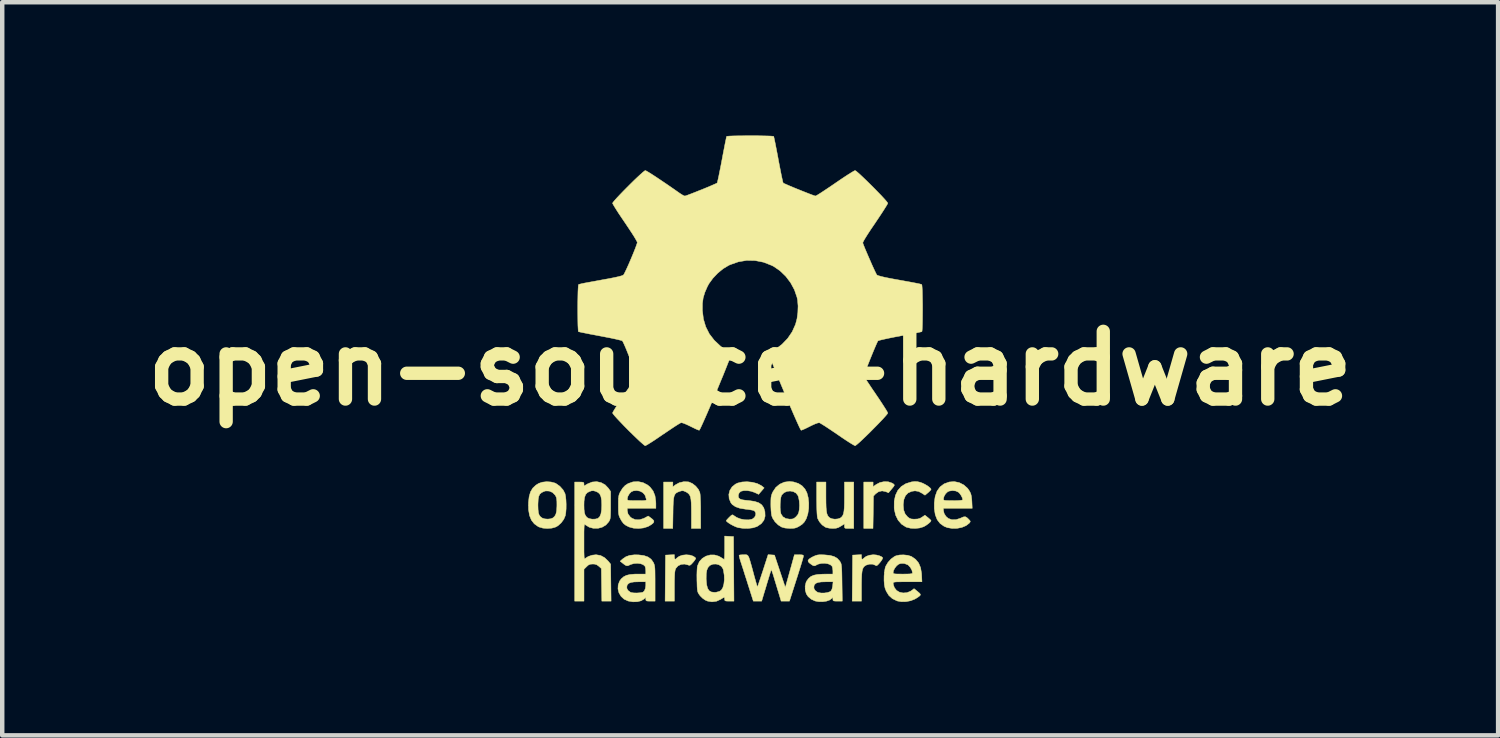
<source format=kicad_pcb>
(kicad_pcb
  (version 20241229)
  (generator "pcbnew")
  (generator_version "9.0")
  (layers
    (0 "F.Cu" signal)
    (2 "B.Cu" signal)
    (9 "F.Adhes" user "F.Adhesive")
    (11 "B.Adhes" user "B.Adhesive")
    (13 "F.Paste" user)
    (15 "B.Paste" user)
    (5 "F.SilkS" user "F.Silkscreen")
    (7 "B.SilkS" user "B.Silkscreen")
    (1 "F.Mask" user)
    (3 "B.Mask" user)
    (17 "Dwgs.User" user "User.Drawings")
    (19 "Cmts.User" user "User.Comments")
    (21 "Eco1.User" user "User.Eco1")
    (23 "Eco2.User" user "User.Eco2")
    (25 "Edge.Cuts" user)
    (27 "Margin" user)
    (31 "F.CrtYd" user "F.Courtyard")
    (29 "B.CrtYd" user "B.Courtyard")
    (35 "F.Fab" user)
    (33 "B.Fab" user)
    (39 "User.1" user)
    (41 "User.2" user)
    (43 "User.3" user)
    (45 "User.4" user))
  (footprint "open-source-hardware"
    (layer "F.Cu")
    (at 13.832 5.241)
    (property "Reference" "open-source-hardware" (at 0 0 0) (layer "F.SilkS") (effects (font (size 1.524 1.524) (thickness 0.3))))
    (attr through_hole)
    (fp_poly (pts (xy 3.11 2.552) (xy 3.195 2.581) (xy 3.225 2.6) (xy 3.241 2.616) (xy 3.244 2.632) (xy 3.229 2.658) (xy 3.195 2.7) (xy 3.185 2.712) (xy 3.113 2.799) (xy 3.052 2.773) (xy 2.97 2.756) (xy 2.892 2.773) (xy 2.824 2.821) (xy 2.775 2.873) (xy 2.77 3.237) (xy 2.764 3.601) (xy 2.557 3.601) (xy 2.557 2.557) (xy 2.766 2.557) (xy 2.766 2.662) (xy 2.836 2.612) (xy 2.92 2.568) (xy 3.015 2.548) (xy 3.11 2.552)) (stroke (width 0.01) (type solid)) (fill yes) (layer "F.SilkS"))
    (fp_poly (pts (xy -1.705 4.244) (xy -1.699 4.286) (xy -1.681 4.295) (xy -1.653 4.271) (xy -1.651 4.268) (xy -1.598 4.229) (xy -1.524 4.203) (xy -1.439 4.194) (xy -1.355 4.201) (xy -1.288 4.223) (xy -1.249 4.247) (xy -1.226 4.268) (xy -1.224 4.271) (xy -1.232 4.292) (xy -1.258 4.33) (xy -1.287 4.366) (xy -1.326 4.408) (xy -1.353 4.429) (xy -1.376 4.431) (xy -1.4 4.422) (xy -1.478 4.403) (xy -1.555 4.41) (xy -1.623 4.443) (xy -1.671 4.497) (xy -1.68 4.515) (xy -1.69 4.549) (xy -1.697 4.599) (xy -1.701 4.672) (xy -1.704 4.77) (xy -1.705 4.899) (xy -1.705 4.905) (xy -1.705 5.237) (xy -1.914 5.237) (xy -1.91 4.719) (xy -1.905 4.201) (xy -1.805 4.196) (xy -1.705 4.191) (xy -1.705 4.244)) (stroke (width 0.01) (type solid)) (fill yes) (layer "F.SilkS"))
    (fp_poly (pts (xy 2.505 4.244) (xy 2.511 4.286) (xy 2.529 4.295) (xy 2.558 4.271) (xy 2.56 4.268) (xy 2.61 4.23) (xy 2.683 4.204) (xy 2.767 4.193) (xy 2.775 4.193) (xy 2.842 4.199) (xy 2.908 4.216) (xy 2.959 4.239) (xy 2.983 4.261) (xy 2.978 4.283) (xy 2.955 4.322) (xy 2.922 4.366) (xy 2.881 4.412) (xy 2.855 4.435) (xy 2.836 4.439) (xy 2.815 4.429) (xy 2.812 4.427) (xy 2.755 4.405) (xy 2.684 4.405) (xy 2.613 4.426) (xy 2.607 4.429) (xy 2.575 4.449) (xy 2.55 4.476) (xy 2.532 4.513) (xy 2.519 4.566) (xy 2.511 4.639) (xy 2.507 4.735) (xy 2.505 4.861) (xy 2.505 4.905) (xy 2.505 5.237) (xy 2.296 5.237) (xy 2.301 4.719) (xy 2.305 4.201) (xy 2.405 4.196) (xy 2.505 4.191) (xy 2.505 4.244)) (stroke (width 0.01) (type solid)) (fill yes) (layer "F.SilkS"))
    (fp_poly (pts (xy -1.393 2.553) (xy -1.375 2.557) (xy -1.298 2.592) (xy -1.225 2.65) (xy -1.166 2.721) (xy -1.133 2.792) (xy -1.126 2.834) (xy -1.121 2.905) (xy -1.117 3) (xy -1.114 3.114) (xy -1.114 3.232) (xy -1.113 3.601) (xy -1.322 3.601) (xy -1.322 3.266) (xy -1.323 3.132) (xy -1.326 3.027) (xy -1.333 2.948) (xy -1.345 2.889) (xy -1.364 2.847) (xy -1.389 2.816) (xy -1.423 2.791) (xy -1.451 2.776) (xy -1.499 2.756) (xy -1.535 2.753) (xy -1.581 2.765) (xy -1.589 2.768) (xy -1.633 2.785) (xy -1.667 2.805) (xy -1.692 2.833) (xy -1.71 2.872) (xy -1.722 2.927) (xy -1.729 3.004) (xy -1.734 3.105) (xy -1.736 3.237) (xy -1.736 3.246) (xy -1.742 3.601) (xy -1.948 3.601) (xy -1.948 2.557) (xy -1.74 2.557) (xy -1.74 2.664) (xy -1.682 2.62) (xy -1.594 2.572) (xy -1.493 2.549) (xy -1.393 2.553)) (stroke (width 0.01) (type solid)) (fill yes) (layer "F.SilkS"))
    (fp_poly (pts (xy 1.705 2.889) (xy 1.706 3.023) (xy 1.709 3.127) (xy 1.716 3.206) (xy 1.726 3.264) (xy 1.742 3.307) (xy 1.763 3.338) (xy 1.791 3.362) (xy 1.794 3.364) (xy 1.839 3.383) (xy 1.9 3.392) (xy 1.914 3.392) (xy 1.975 3.386) (xy 2.025 3.369) (xy 2.033 3.364) (xy 2.062 3.34) (xy 2.084 3.309) (xy 2.1 3.268) (xy 2.111 3.211) (xy 2.118 3.134) (xy 2.121 3.032) (xy 2.122 2.9) (xy 2.122 2.889) (xy 2.122 2.557) (xy 2.331 2.557) (xy 2.331 3.601) (xy 2.227 3.601) (xy 2.169 3.601) (xy 2.138 3.596) (xy 2.125 3.583) (xy 2.122 3.558) (xy 2.122 3.549) (xy 2.122 3.498) (xy 2.041 3.549) (xy 1.984 3.581) (xy 1.93 3.597) (xy 1.863 3.601) (xy 1.854 3.601) (xy 1.78 3.595) (xy 1.715 3.581) (xy 1.692 3.572) (xy 1.62 3.522) (xy 1.558 3.451) (xy 1.518 3.374) (xy 1.515 3.362) (xy 1.509 3.325) (xy 1.504 3.26) (xy 1.5 3.172) (xy 1.498 3.068) (xy 1.496 2.954) (xy 1.496 2.927) (xy 1.496 2.557) (xy 1.705 2.557) (xy 1.705 2.889)) (stroke (width 0.01) (type solid)) (fill yes) (layer "F.SilkS"))
    (fp_poly (pts (xy 3.763 2.548) (xy 3.828 2.563) (xy 3.887 2.585) (xy 3.948 2.617) (xy 4.005 2.653) (xy 4.048 2.688) (xy 4.07 2.716) (xy 4.071 2.722) (xy 4.058 2.743) (xy 4.026 2.775) (xy 4.002 2.797) (xy 3.934 2.853) (xy 3.871 2.811) (xy 3.79 2.768) (xy 3.71 2.755) (xy 3.635 2.766) (xy 3.553 2.803) (xy 3.494 2.865) (xy 3.459 2.951) (xy 3.445 3.064) (xy 3.445 3.079) (xy 3.455 3.188) (xy 3.487 3.274) (xy 3.541 3.339) (xy 3.583 3.371) (xy 3.622 3.387) (xy 3.676 3.392) (xy 3.702 3.392) (xy 3.773 3.388) (xy 3.828 3.371) (xy 3.867 3.348) (xy 3.933 3.303) (xy 4.002 3.358) (xy 4.041 3.392) (xy 4.066 3.417) (xy 4.071 3.425) (xy 4.057 3.451) (xy 4.021 3.485) (xy 3.972 3.522) (xy 3.918 3.555) (xy 3.897 3.565) (xy 3.811 3.591) (xy 3.711 3.601) (xy 3.61 3.596) (xy 3.522 3.575) (xy 3.506 3.569) (xy 3.407 3.505) (xy 3.329 3.415) (xy 3.274 3.303) (xy 3.244 3.172) (xy 3.241 3.141) (xy 3.242 2.988) (xy 3.27 2.855) (xy 3.323 2.745) (xy 3.401 2.657) (xy 3.504 2.593) (xy 3.63 2.554) (xy 3.631 2.554) (xy 3.703 2.545) (xy 3.763 2.548)) (stroke (width 0.01) (type solid)) (fill yes) (layer "F.SilkS"))
    (fp_poly (pts (xy -4.481 2.556) (xy -4.394 2.579) (xy -4.375 2.587) (xy -4.283 2.652) (xy -4.209 2.735) (xy -4.167 2.816) (xy -4.154 2.877) (xy -4.145 2.962) (xy -4.141 3.059) (xy -4.142 3.158) (xy -4.149 3.248) (xy -4.16 3.314) (xy -4.195 3.396) (xy -4.253 3.475) (xy -4.325 3.54) (xy -4.374 3.568) (xy -4.462 3.594) (xy -4.563 3.602) (xy -4.665 3.594) (xy -4.753 3.568) (xy -4.768 3.561) (xy -4.857 3.498) (xy -4.923 3.414) (xy -4.966 3.308) (xy -4.988 3.177) (xy -4.989 3.076) (xy -4.776 3.076) (xy -4.773 3.177) (xy -4.765 3.249) (xy -4.748 3.3) (xy -4.721 3.337) (xy -4.681 3.366) (xy -4.676 3.369) (xy -4.622 3.386) (xy -4.554 3.391) (xy -4.489 3.384) (xy -4.44 3.365) (xy -4.399 3.328) (xy -4.372 3.278) (xy -4.356 3.209) (xy -4.35 3.116) (xy -4.349 3.074) (xy -4.35 2.993) (xy -4.355 2.937) (xy -4.364 2.898) (xy -4.381 2.864) (xy -4.389 2.851) (xy -4.447 2.792) (xy -4.521 2.76) (xy -4.6 2.757) (xy -4.637 2.767) (xy -4.693 2.794) (xy -4.732 2.828) (xy -4.757 2.877) (xy -4.77 2.945) (xy -4.775 3.04) (xy -4.776 3.076) (xy -4.989 3.076) (xy -4.989 3.019) (xy -4.989 3.018) (xy -4.974 2.885) (xy -4.943 2.778) (xy -4.893 2.694) (xy -4.822 2.627) (xy -4.758 2.587) (xy -4.677 2.56) (xy -4.58 2.549) (xy -4.481 2.556)) (stroke (width 0.01) (type solid)) (fill yes) (layer "F.SilkS"))
    (fp_poly (pts (xy 4.705 2.57) (xy 4.807 2.622) (xy 4.893 2.698) (xy 4.94 2.767) (xy 4.964 2.818) (xy 4.978 2.874) (xy 4.987 2.948) (xy 4.99 2.996) (xy 4.997 3.149) (xy 4.349 3.149) (xy 4.349 3.193) (xy 4.365 3.264) (xy 4.407 3.331) (xy 4.459 3.376) (xy 4.539 3.405) (xy 4.631 3.404) (xy 4.728 3.373) (xy 4.741 3.367) (xy 4.799 3.342) (xy 4.842 3.338) (xy 4.88 3.359) (xy 4.922 3.399) (xy 4.949 3.431) (xy 4.953 3.451) (xy 4.937 3.475) (xy 4.931 3.482) (xy 4.859 3.538) (xy 4.766 3.577) (xy 4.659 3.599) (xy 4.547 3.601) (xy 4.44 3.583) (xy 4.368 3.555) (xy 4.277 3.492) (xy 4.209 3.404) (xy 4.165 3.292) (xy 4.144 3.154) (xy 4.144 3.023) (xy 4.155 2.939) (xy 4.349 2.939) (xy 4.351 2.954) (xy 4.36 2.964) (xy 4.383 2.97) (xy 4.424 2.973) (xy 4.489 2.975) (xy 4.567 2.975) (xy 4.665 2.974) (xy 4.736 2.969) (xy 4.776 2.963) (xy 4.784 2.957) (xy 4.773 2.91) (xy 4.745 2.855) (xy 4.708 2.805) (xy 4.688 2.786) (xy 4.628 2.758) (xy 4.553 2.749) (xy 4.481 2.76) (xy 4.443 2.777) (xy 4.396 2.823) (xy 4.362 2.883) (xy 4.349 2.939) (xy 4.155 2.939) (xy 4.164 2.879) (xy 4.207 2.759) (xy 4.274 2.666) (xy 4.364 2.598) (xy 4.476 2.557) (xy 4.479 2.556) (xy 4.593 2.547) (xy 4.705 2.57)) (stroke (width 0.01) (type solid)) (fill yes) (layer "F.SilkS"))
    (fp_poly (pts (xy 0.979 2.555) (xy 1.085 2.589) (xy 1.168 2.642) (xy 1.233 2.714) (xy 1.277 2.798) (xy 1.305 2.905) (xy 1.319 3.025) (xy 1.317 3.149) (xy 1.299 3.269) (xy 1.266 3.373) (xy 1.257 3.392) (xy 1.217 3.459) (xy 1.169 3.508) (xy 1.114 3.545) (xy 1.057 3.576) (xy 1.008 3.593) (xy 0.953 3.6) (xy 0.897 3.601) (xy 0.785 3.592) (xy 0.705 3.569) (xy 0.629 3.52) (xy 0.559 3.451) (xy 0.507 3.372) (xy 0.486 3.32) (xy 0.477 3.27) (xy 0.47 3.197) (xy 0.467 3.131) (xy 0.675 3.131) (xy 0.68 3.207) (xy 0.691 3.265) (xy 0.693 3.273) (xy 0.735 3.337) (xy 0.801 3.378) (xy 0.887 3.392) (xy 0.891 3.392) (xy 0.949 3.389) (xy 0.99 3.373) (xy 1.031 3.339) (xy 1.035 3.335) (xy 1.072 3.291) (xy 1.093 3.243) (xy 1.105 3.178) (xy 1.111 3.082) (xy 1.105 2.985) (xy 1.089 2.901) (xy 1.075 2.861) (xy 1.033 2.806) (xy 0.971 2.772) (xy 0.899 2.759) (xy 0.826 2.767) (xy 0.76 2.798) (xy 0.709 2.85) (xy 0.707 2.854) (xy 0.692 2.898) (xy 0.682 2.966) (xy 0.676 3.047) (xy 0.675 3.131) (xy 0.467 3.131) (xy 0.466 3.112) (xy 0.465 3.058) (xy 0.466 2.972) (xy 0.469 2.909) (xy 0.478 2.862) (xy 0.492 2.818) (xy 0.513 2.774) (xy 0.578 2.677) (xy 0.666 2.605) (xy 0.769 2.559) (xy 0.883 2.544) (xy 0.979 2.555)) (stroke (width 0.01) (type solid)) (fill yes) (layer "F.SilkS"))
    (fp_poly (pts (xy -0.474 3.779) (xy -0.374 3.784) (xy -0.37 4.51) (xy -0.365 5.237) (xy -0.47 5.237) (xy -0.527 5.236) (xy -0.559 5.231) (xy -0.572 5.218) (xy -0.574 5.195) (xy -0.574 5.193) (xy -0.576 5.164) (xy -0.585 5.153) (xy -0.608 5.161) (xy -0.652 5.189) (xy -0.663 5.196) (xy -0.757 5.239) (xy -0.859 5.253) (xy -0.96 5.236) (xy -1.009 5.215) (xy -1.068 5.174) (xy -1.123 5.12) (xy -1.139 5.099) (xy -1.16 5.069) (xy -1.174 5.042) (xy -1.184 5.011) (xy -1.19 4.968) (xy -1.194 4.909) (xy -1.196 4.824) (xy -1.198 4.77) (xy -1.198 4.731) (xy -0.99 4.731) (xy -0.989 4.758) (xy -0.979 4.868) (xy -0.958 4.949) (xy -0.924 5.002) (xy -0.874 5.031) (xy -0.805 5.04) (xy -0.768 5.038) (xy -0.69 5.018) (xy -0.65 4.99) (xy -0.615 4.934) (xy -0.592 4.854) (xy -0.581 4.757) (xy -0.584 4.654) (xy -0.6 4.551) (xy -0.611 4.51) (xy -0.645 4.457) (xy -0.7 4.42) (xy -0.768 4.402) (xy -0.839 4.405) (xy -0.902 4.431) (xy -0.91 4.437) (xy -0.949 4.48) (xy -0.975 4.54) (xy -0.988 4.622) (xy -0.99 4.731) (xy -1.198 4.731) (xy -1.199 4.651) (xy -1.196 4.551) (xy -1.191 4.476) (xy -1.184 4.44) (xy -1.143 4.348) (xy -1.078 4.276) (xy -0.995 4.225) (xy -0.901 4.198) (xy -0.803 4.198) (xy -0.706 4.226) (xy -0.662 4.251) (xy -0.619 4.278) (xy -0.59 4.295) (xy -0.583 4.297) (xy -0.58 4.281) (xy -0.577 4.236) (xy -0.575 4.168) (xy -0.574 4.083) (xy -0.574 4.035) (xy -0.574 3.773) (xy -0.474 3.779)) (stroke (width 0.01) (type solid)) (fill yes) (layer "F.SilkS"))
    (fp_poly (pts (xy 0.047 2.562) (xy 0.156 2.59) (xy 0.245 2.634) (xy 0.266 2.649) (xy 0.315 2.688) (xy 0.253 2.761) (xy 0.19 2.834) (xy 0.1 2.791) (xy 0.021 2.764) (xy -0.063 2.75) (xy -0.142 2.75) (xy -0.204 2.764) (xy -0.211 2.767) (xy -0.248 2.802) (xy -0.267 2.851) (xy -0.264 2.899) (xy -0.261 2.904) (xy -0.245 2.927) (xy -0.22 2.943) (xy -0.18 2.956) (xy -0.119 2.965) (xy -0.03 2.974) (xy -0.022 2.975) (xy 0.1 2.993) (xy 0.193 3.024) (xy 0.26 3.07) (xy 0.305 3.135) (xy 0.331 3.22) (xy 0.332 3.221) (xy 0.336 3.325) (xy 0.309 3.417) (xy 0.25 3.493) (xy 0.161 3.554) (xy 0.149 3.56) (xy 0.06 3.588) (xy -0.049 3.601) (xy -0.162 3.599) (xy -0.269 3.583) (xy -0.32 3.566) (xy -0.375 3.541) (xy -0.434 3.51) (xy -0.486 3.477) (xy -0.524 3.448) (xy -0.539 3.429) (xy -0.539 3.428) (xy -0.528 3.411) (xy -0.498 3.378) (xy -0.47 3.349) (xy -0.43 3.312) (xy -0.405 3.295) (xy -0.386 3.298) (xy -0.37 3.31) (xy -0.301 3.355) (xy -0.215 3.388) (xy -0.122 3.406) (xy -0.032 3.408) (xy 0.042 3.392) (xy 0.052 3.388) (xy 0.098 3.351) (xy 0.123 3.303) (xy 0.126 3.254) (xy 0.103 3.213) (xy 0.086 3.201) (xy 0.055 3.191) (xy -0.001 3.181) (xy -0.071 3.171) (xy -0.102 3.168) (xy -0.231 3.147) (xy -0.329 3.113) (xy -0.4 3.066) (xy -0.434 3.024) (xy -0.473 2.931) (xy -0.48 2.835) (xy -0.457 2.745) (xy -0.407 2.666) (xy -0.331 2.604) (xy -0.282 2.58) (xy -0.182 2.556) (xy -0.069 2.55) (xy 0.047 2.562)) (stroke (width 0.01) (type solid)) (fill yes) (layer "F.SilkS"))
    (fp_poly (pts (xy -2.409 2.571) (xy -2.306 2.625) (xy -2.253 2.67) (xy -2.185 2.758) (xy -2.142 2.865) (xy -2.124 2.993) (xy -2.122 3.039) (xy -2.122 3.149) (xy -2.766 3.149) (xy -2.766 3.197) (xy -2.749 3.275) (xy -2.699 3.342) (xy -2.663 3.37) (xy -2.583 3.404) (xy -2.493 3.406) (xy -2.396 3.376) (xy -2.376 3.366) (xy -2.294 3.322) (xy -2.246 3.357) (xy -2.193 3.398) (xy -2.168 3.429) (xy -2.168 3.457) (xy -2.185 3.482) (xy -2.22 3.511) (xy -2.272 3.543) (xy -2.305 3.56) (xy -2.402 3.59) (xy -2.512 3.602) (xy -2.624 3.595) (xy -2.721 3.569) (xy -2.731 3.565) (xy -2.801 3.529) (xy -2.851 3.489) (xy -2.892 3.434) (xy -2.92 3.384) (xy -2.94 3.345) (xy -2.953 3.308) (xy -2.961 3.267) (xy -2.965 3.212) (xy -2.966 3.135) (xy -2.966 3.079) (xy -2.966 2.985) (xy -2.964 2.939) (xy -2.766 2.939) (xy -2.764 2.954) (xy -2.755 2.964) (xy -2.733 2.97) (xy -2.692 2.973) (xy -2.627 2.975) (xy -2.548 2.975) (xy -2.457 2.975) (xy -2.396 2.974) (xy -2.359 2.97) (xy -2.341 2.964) (xy -2.336 2.954) (xy -2.339 2.938) (xy -2.34 2.936) (xy -2.353 2.891) (xy -2.36 2.867) (xy -2.378 2.837) (xy -2.412 2.8) (xy -2.42 2.793) (xy -2.481 2.761) (xy -2.554 2.748) (xy -2.626 2.755) (xy -2.675 2.776) (xy -2.718 2.82) (xy -2.752 2.879) (xy -2.766 2.936) (xy -2.766 2.939) (xy -2.964 2.939) (xy -2.963 2.918) (xy -2.957 2.87) (xy -2.947 2.832) (xy -2.931 2.796) (xy -2.925 2.784) (xy -2.871 2.696) (xy -2.813 2.634) (xy -2.748 2.592) (xy -2.637 2.553) (xy -2.521 2.547) (xy -2.409 2.571)) (stroke (width 0.01) (type solid)) (fill yes) (layer "F.SilkS"))
    (fp_poly (pts (xy -2.513 4.196) (xy -2.393 4.211) (xy -2.3 4.243) (xy -2.23 4.293) (xy -2.18 4.364) (xy -2.179 4.366) (xy -2.166 4.393) (xy -2.157 4.42) (xy -2.15 4.452) (xy -2.145 4.494) (xy -2.142 4.552) (xy -2.141 4.631) (xy -2.14 4.735) (xy -2.14 4.84) (xy -2.14 5.237) (xy -2.244 5.237) (xy -2.302 5.236) (xy -2.333 5.231) (xy -2.346 5.218) (xy -2.349 5.195) (xy -2.349 5.194) (xy -2.349 5.151) (xy -2.392 5.192) (xy -2.455 5.229) (xy -2.54 5.25) (xy -2.637 5.253) (xy -2.738 5.236) (xy -2.748 5.234) (xy -2.838 5.192) (xy -2.906 5.129) (xy -2.953 5.05) (xy -2.975 4.962) (xy -2.974 4.947) (xy -2.776 4.947) (xy -2.749 4.997) (xy -2.698 5.035) (xy -2.675 5.044) (xy -2.622 5.052) (xy -2.552 5.054) (xy -2.48 5.049) (xy -2.423 5.039) (xy -2.413 5.036) (xy -2.382 5.007) (xy -2.359 4.953) (xy -2.349 4.884) (xy -2.349 4.87) (xy -2.349 4.802) (xy -2.51 4.802) (xy -2.611 4.805) (xy -2.683 4.816) (xy -2.732 4.836) (xy -2.762 4.868) (xy -2.773 4.892) (xy -2.776 4.947) (xy -2.974 4.947) (xy -2.97 4.872) (xy -2.938 4.786) (xy -2.9 4.734) (xy -2.848 4.689) (xy -2.785 4.657) (xy -2.705 4.638) (xy -2.601 4.629) (xy -2.536 4.628) (xy -2.349 4.628) (xy -2.349 4.557) (xy -2.353 4.503) (xy -2.363 4.461) (xy -2.366 4.454) (xy -2.403 4.419) (xy -2.463 4.395) (xy -2.538 4.386) (xy -2.616 4.391) (xy -2.69 4.412) (xy -2.705 4.419) (xy -2.742 4.437) (xy -2.771 4.442) (xy -2.799 4.434) (xy -2.838 4.408) (xy -2.885 4.371) (xy -2.926 4.338) (xy -2.864 4.284) (xy -2.793 4.236) (xy -2.709 4.207) (xy -2.604 4.195) (xy -2.513 4.196)) (stroke (width 0.01) (type solid)) (fill yes) (layer "F.SilkS"))
    (fp_poly (pts (xy 3.547 4.206) (xy 3.624 4.23) (xy 3.631 4.233) (xy 3.723 4.297) (xy 3.791 4.379) (xy 3.835 4.484) (xy 3.857 4.613) (xy 3.859 4.649) (xy 3.866 4.802) (xy 3.542 4.802) (xy 3.429 4.802) (xy 3.345 4.803) (xy 3.288 4.804) (xy 3.251 4.808) (xy 3.23 4.814) (xy 3.221 4.822) (xy 3.219 4.834) (xy 3.218 4.838) (xy 3.226 4.878) (xy 3.244 4.928) (xy 3.247 4.935) (xy 3.294 4.996) (xy 3.361 5.036) (xy 3.441 5.053) (xy 3.526 5.047) (xy 3.608 5.015) (xy 3.642 4.992) (xy 3.688 4.956) (xy 3.767 5.02) (xy 3.81 5.057) (xy 3.83 5.081) (xy 3.83 5.099) (xy 3.819 5.115) (xy 3.789 5.139) (xy 3.74 5.171) (xy 3.702 5.193) (xy 3.612 5.228) (xy 3.508 5.248) (xy 3.404 5.25) (xy 3.313 5.234) (xy 3.301 5.23) (xy 3.198 5.179) (xy 3.12 5.108) (xy 3.062 5.013) (xy 3.035 4.944) (xy 3.02 4.869) (xy 3.013 4.774) (xy 3.014 4.67) (xy 3.021 4.587) (xy 3.218 4.587) (xy 3.22 4.604) (xy 3.226 4.615) (xy 3.245 4.622) (xy 3.28 4.626) (xy 3.338 4.627) (xy 3.425 4.628) (xy 3.436 4.628) (xy 3.528 4.627) (xy 3.59 4.625) (xy 3.628 4.62) (xy 3.648 4.613) (xy 3.653 4.602) (xy 3.653 4.601) (xy 3.64 4.541) (xy 3.605 4.478) (xy 3.559 4.428) (xy 3.546 4.419) (xy 3.467 4.389) (xy 3.386 4.39) (xy 3.341 4.406) (xy 3.296 4.442) (xy 3.255 4.494) (xy 3.226 4.55) (xy 3.218 4.587) (xy 3.021 4.587) (xy 3.023 4.571) (xy 3.039 4.486) (xy 3.052 4.449) (xy 3.102 4.365) (xy 3.17 4.289) (xy 3.247 4.233) (xy 3.281 4.217) (xy 3.36 4.199) (xy 3.454 4.196) (xy 3.547 4.206)) (stroke (width 0.01) (type solid)) (fill yes) (layer "F.SilkS"))
    (fp_poly (pts (xy 0.548 4.201) (xy 0.791 4.929) (xy 0.82 4.826) (xy 0.835 4.773) (xy 0.857 4.694) (xy 0.883 4.6) (xy 0.911 4.5) (xy 0.923 4.458) (xy 0.996 4.193) (xy 1.098 4.193) (xy 1.157 4.195) (xy 1.189 4.201) (xy 1.2 4.215) (xy 1.2 4.221) (xy 1.195 4.245) (xy 1.181 4.297) (xy 1.159 4.372) (xy 1.13 4.466) (xy 1.096 4.574) (xy 1.069 4.66) (xy 1.031 4.779) (xy 0.995 4.891) (xy 0.963 4.991) (xy 0.937 5.073) (xy 0.918 5.131) (xy 0.911 5.154) (xy 0.884 5.237) (xy 0.697 5.237) (xy 0.646 5.067) (xy 0.617 4.973) (xy 0.584 4.863) (xy 0.551 4.756) (xy 0.538 4.71) (xy 0.515 4.636) (xy 0.495 4.577) (xy 0.482 4.54) (xy 0.476 4.529) (xy 0.469 4.547) (xy 0.454 4.591) (xy 0.434 4.656) (xy 0.41 4.735) (xy 0.408 4.742) (xy 0.378 4.84) (xy 0.348 4.942) (xy 0.319 5.036) (xy 0.302 5.093) (xy 0.259 5.237) (xy 0.071 5.237) (xy -0.044 4.876) (xy -0.081 4.758) (xy -0.119 4.641) (xy -0.153 4.532) (xy -0.183 4.44) (xy -0.205 4.372) (xy -0.208 4.364) (xy -0.229 4.296) (xy -0.243 4.242) (xy -0.249 4.209) (xy -0.248 4.203) (xy -0.226 4.197) (xy -0.181 4.194) (xy -0.145 4.193) (xy -0.111 4.192) (xy -0.085 4.194) (xy -0.065 4.201) (xy -0.047 4.219) (xy -0.03 4.25) (xy -0.013 4.298) (xy 0.008 4.369) (xy 0.035 4.464) (xy 0.069 4.59) (xy 0.069 4.591) (xy 0.096 4.691) (xy 0.121 4.779) (xy 0.141 4.849) (xy 0.155 4.897) (xy 0.162 4.917) (xy 0.162 4.917) (xy 0.169 4.903) (xy 0.184 4.861) (xy 0.207 4.794) (xy 0.236 4.708) (xy 0.269 4.608) (xy 0.286 4.557) (xy 0.404 4.191) (xy 0.548 4.201)) (stroke (width 0.01) (type solid)) (fill yes) (layer "F.SilkS"))
    (fp_poly (pts (xy 1.675 4.196) (xy 1.795 4.208) (xy 1.887 4.233) (xy 1.957 4.272) (xy 2.01 4.329) (xy 2.021 4.344) (xy 2.034 4.367) (xy 2.044 4.389) (xy 2.051 4.417) (xy 2.056 4.456) (xy 2.06 4.509) (xy 2.063 4.582) (xy 2.065 4.68) (xy 2.067 4.807) (xy 2.067 4.823) (xy 2.073 5.237) (xy 1.967 5.237) (xy 1.909 5.236) (xy 1.877 5.231) (xy 1.864 5.219) (xy 1.862 5.195) (xy 1.862 5.19) (xy 1.86 5.159) (xy 1.851 5.159) (xy 1.84 5.172) (xy 1.791 5.211) (xy 1.719 5.237) (xy 1.631 5.25) (xy 1.538 5.248) (xy 1.461 5.234) (xy 1.375 5.194) (xy 1.304 5.134) (xy 1.264 5.074) (xy 1.24 4.991) (xy 1.239 4.947) (xy 1.434 4.947) (xy 1.461 4.997) (xy 1.512 5.035) (xy 1.535 5.044) (xy 1.599 5.055) (xy 1.671 5.054) (xy 1.741 5.044) (xy 1.796 5.025) (xy 1.816 5.011) (xy 1.841 4.968) (xy 1.856 4.901) (xy 1.857 4.89) (xy 1.866 4.802) (xy 1.703 4.802) (xy 1.601 4.805) (xy 1.529 4.816) (xy 1.48 4.835) (xy 1.449 4.866) (xy 1.437 4.892) (xy 1.434 4.947) (xy 1.239 4.947) (xy 1.237 4.9) (xy 1.257 4.816) (xy 1.272 4.784) (xy 1.316 4.725) (xy 1.367 4.682) (xy 1.432 4.654) (xy 1.516 4.637) (xy 1.627 4.63) (xy 1.674 4.629) (xy 1.862 4.628) (xy 1.862 4.557) (xy 1.857 4.503) (xy 1.847 4.461) (xy 1.844 4.454) (xy 1.808 4.42) (xy 1.749 4.396) (xy 1.676 4.385) (xy 1.599 4.388) (xy 1.53 4.405) (xy 1.499 4.419) (xy 1.465 4.439) (xy 1.437 4.443) (xy 1.407 4.432) (xy 1.362 4.401) (xy 1.344 4.388) (xy 1.309 4.354) (xy 1.302 4.323) (xy 1.325 4.291) (xy 1.379 4.255) (xy 1.418 4.235) (xy 1.467 4.213) (xy 1.509 4.2) (xy 1.556 4.194) (xy 1.618 4.194) (xy 1.675 4.196)) (stroke (width 0.01) (type solid)) (fill yes) (layer "F.SilkS"))
    (fp_poly (pts (xy -3.354 2.57) (xy -3.263 2.62) (xy -3.192 2.695) (xy -3.14 2.769) (xy -3.14 3.076) (xy -3.14 3.188) (xy -3.142 3.27) (xy -3.144 3.329) (xy -3.149 3.371) (xy -3.157 3.402) (xy -3.168 3.427) (xy -3.181 3.449) (xy -3.246 3.523) (xy -3.33 3.573) (xy -3.426 3.599) (xy -3.526 3.599) (xy -3.622 3.573) (xy -3.708 3.52) (xy -3.71 3.518) (xy -3.72 3.511) (xy -3.727 3.513) (xy -3.732 3.526) (xy -3.736 3.555) (xy -3.738 3.604) (xy -3.74 3.676) (xy -3.74 3.775) (xy -3.74 3.897) (xy -3.74 4.026) (xy -3.74 4.123) (xy -3.738 4.194) (xy -3.736 4.241) (xy -3.732 4.269) (xy -3.727 4.281) (xy -3.719 4.282) (xy -3.709 4.275) (xy -3.709 4.274) (xy -3.643 4.232) (xy -3.557 4.203) (xy -3.467 4.193) (xy -3.367 4.21) (xy -3.274 4.26) (xy -3.194 4.338) (xy -3.14 4.405) (xy -3.135 4.821) (xy -3.13 5.237) (xy -3.338 5.237) (xy -3.344 4.87) (xy -3.349 4.503) (xy -3.406 4.452) (xy -3.455 4.417) (xy -3.507 4.403) (xy -3.542 4.402) (xy -3.598 4.406) (xy -3.64 4.424) (xy -3.681 4.461) (xy -3.74 4.52) (xy -3.74 5.237) (xy -3.949 5.237) (xy -3.949 3.074) (xy -3.74 3.074) (xy -3.738 3.172) (xy -3.73 3.242) (xy -3.715 3.294) (xy -3.69 3.333) (xy -3.669 3.356) (xy -3.623 3.38) (xy -3.558 3.392) (xy -3.489 3.391) (xy -3.431 3.377) (xy -3.425 3.374) (xy -3.386 3.337) (xy -3.359 3.274) (xy -3.344 3.182) (xy -3.34 3.076) (xy -3.344 2.967) (xy -3.358 2.887) (xy -3.383 2.83) (xy -3.422 2.792) (xy -3.473 2.767) (xy -3.525 2.753) (xy -3.566 2.754) (xy -3.612 2.768) (xy -3.666 2.796) (xy -3.703 2.839) (xy -3.726 2.901) (xy -3.738 2.987) (xy -3.74 3.074) (xy -3.949 3.074) (xy -3.949 2.557) (xy -3.845 2.557) (xy -3.787 2.558) (xy -3.756 2.563) (xy -3.743 2.576) (xy -3.74 2.599) (xy -3.74 2.602) (xy -3.74 2.646) (xy -3.658 2.598) (xy -3.557 2.557) (xy -3.454 2.548) (xy -3.354 2.57)) (stroke (width 0.01) (type solid)) (fill yes) (layer "F.SilkS"))
    (fp_poly (pts (xy 0.159 -5.236) (xy 0.268 -5.234) (xy 0.365 -5.232) (xy 0.444 -5.23) (xy 0.5 -5.226) (xy 0.528 -5.222) (xy 0.53 -5.221) (xy 0.535 -5.2) (xy 0.546 -5.15) (xy 0.562 -5.074) (xy 0.581 -4.977) (xy 0.603 -4.864) (xy 0.627 -4.738) (xy 0.634 -4.696) (xy 0.659 -4.567) (xy 0.682 -4.45) (xy 0.702 -4.347) (xy 0.72 -4.265) (xy 0.733 -4.206) (xy 0.742 -4.177) (xy 0.743 -4.174) (xy 0.764 -4.162) (xy 0.812 -4.141) (xy 0.88 -4.111) (xy 0.963 -4.076) (xy 1.056 -4.038) (xy 1.151 -4) (xy 1.244 -3.963) (xy 1.328 -3.93) (xy 1.397 -3.904) (xy 1.447 -3.886) (xy 1.47 -3.88) (xy 1.49 -3.889) (xy 1.536 -3.916) (xy 1.602 -3.958) (xy 1.685 -4.013) (xy 1.781 -4.077) (xy 1.887 -4.149) (xy 1.913 -4.167) (xy 2.02 -4.24) (xy 2.12 -4.307) (xy 2.207 -4.364) (xy 2.279 -4.409) (xy 2.33 -4.439) (xy 2.358 -4.453) (xy 2.361 -4.454) (xy 2.382 -4.442) (xy 2.423 -4.408) (xy 2.48 -4.357) (xy 2.549 -4.292) (xy 2.627 -4.217) (xy 2.709 -4.136) (xy 2.793 -4.052) (xy 2.873 -3.97) (xy 2.947 -3.894) (xy 3.01 -3.826) (xy 3.058 -3.772) (xy 3.088 -3.734) (xy 3.097 -3.718) (xy 3.087 -3.696) (xy 3.06 -3.65) (xy 3.018 -3.583) (xy 2.964 -3.499) (xy 2.9 -3.402) (xy 2.828 -3.295) (xy 2.811 -3.269) (xy 2.714 -3.127) (xy 2.639 -3.012) (xy 2.584 -2.924) (xy 2.549 -2.863) (xy 2.535 -2.829) (xy 2.535 -2.822) (xy 2.554 -2.771) (xy 2.582 -2.701) (xy 2.618 -2.616) (xy 2.658 -2.523) (xy 2.7 -2.427) (xy 2.741 -2.333) (xy 2.779 -2.249) (xy 2.812 -2.179) (xy 2.837 -2.128) (xy 2.851 -2.104) (xy 2.851 -2.103) (xy 2.881 -2.089) (xy 2.943 -2.071) (xy 3.035 -2.049) (xy 3.155 -2.025) (xy 3.192 -2.018) (xy 3.308 -1.997) (xy 3.425 -1.976) (xy 3.535 -1.956) (xy 3.628 -1.939) (xy 3.674 -1.93) (xy 3.748 -1.916) (xy 3.81 -1.903) (xy 3.85 -1.892) (xy 3.861 -1.888) (xy 3.866 -1.868) (xy 3.87 -1.819) (xy 3.874 -1.746) (xy 3.876 -1.653) (xy 3.878 -1.547) (xy 3.88 -1.432) (xy 3.88 -1.313) (xy 3.879 -1.197) (xy 3.878 -1.088) (xy 3.876 -0.992) (xy 3.873 -0.913) (xy 3.87 -0.857) (xy 3.865 -0.829) (xy 3.864 -0.827) (xy 3.843 -0.822) (xy 3.793 -0.811) (xy 3.717 -0.795) (xy 3.621 -0.776) (xy 3.509 -0.755) (xy 3.385 -0.732) (xy 3.372 -0.729) (xy 3.247 -0.706) (xy 3.133 -0.683) (xy 3.035 -0.662) (xy 2.956 -0.644) (xy 2.902 -0.63) (xy 2.877 -0.621) (xy 2.876 -0.621) (xy 2.865 -0.6) (xy 2.843 -0.552) (xy 2.813 -0.483) (xy 2.777 -0.398) (xy 2.738 -0.303) (xy 2.698 -0.204) (xy 2.659 -0.106) (xy 2.623 -0.015) (xy 2.593 0.063) (xy 2.571 0.123) (xy 2.559 0.16) (xy 2.557 0.167) (xy 2.567 0.186) (xy 2.594 0.23) (xy 2.635 0.294) (xy 2.689 0.375) (xy 2.752 0.47) (xy 2.823 0.573) (xy 2.827 0.58) (xy 2.898 0.684) (xy 2.962 0.781) (xy 3.016 0.865) (xy 3.059 0.933) (xy 3.086 0.98) (xy 3.097 1.004) (xy 3.097 1.004) (xy 3.085 1.025) (xy 3.051 1.066) (xy 3 1.123) (xy 2.935 1.192) (xy 2.86 1.27) (xy 2.779 1.352) (xy 2.696 1.436) (xy 2.614 1.516) (xy 2.537 1.59) (xy 2.47 1.653) (xy 2.415 1.701) (xy 2.377 1.731) (xy 2.362 1.74) (xy 2.34 1.73) (xy 2.293 1.703) (xy 2.227 1.662) (xy 2.144 1.608) (xy 2.05 1.545) (xy 1.962 1.484) (xy 1.86 1.415) (xy 1.766 1.352) (xy 1.684 1.298) (xy 1.618 1.257) (xy 1.573 1.23) (xy 1.554 1.222) (xy 1.522 1.227) (xy 1.465 1.247) (xy 1.391 1.28) (xy 1.345 1.303) (xy 1.273 1.339) (xy 1.211 1.368) (xy 1.166 1.386) (xy 1.147 1.392) (xy 1.136 1.376) (xy 1.113 1.332) (xy 1.081 1.263) (xy 1.04 1.172) (xy 0.992 1.064) (xy 0.939 0.941) (xy 0.882 0.808) (xy 0.822 0.668) (xy 0.762 0.524) (xy 0.702 0.381) (xy 0.645 0.242) (xy 0.591 0.11) (xy 0.542 -0.011) (xy 0.5 -0.117) (xy 0.467 -0.204) (xy 0.443 -0.27) (xy 0.43 -0.31) (xy 0.429 -0.32) (xy 0.446 -0.338) (xy 0.485 -0.369) (xy 0.538 -0.407) (xy 0.553 -0.418) (xy 0.715 -0.541) (xy 0.845 -0.676) (xy 0.946 -0.825) (xy 1.02 -0.99) (xy 1.021 -0.992) (xy 1.054 -1.118) (xy 1.073 -1.259) (xy 1.078 -1.404) (xy 1.067 -1.538) (xy 1.054 -1.601) (xy 0.996 -1.77) (xy 0.91 -1.929) (xy 0.8 -2.074) (xy 0.672 -2.197) (xy 0.53 -2.295) (xy 0.487 -2.317) (xy 0.3 -2.39) (xy 0.112 -2.427) (xy -0.078 -2.431) (xy -0.266 -2.399) (xy -0.454 -2.333) (xy -0.487 -2.317) (xy -0.61 -2.243) (xy -0.73 -2.144) (xy -0.839 -2.029) (xy -0.927 -1.908) (xy -0.962 -1.844) (xy -1.02 -1.711) (xy -1.057 -1.589) (xy -1.074 -1.464) (xy -1.075 -1.321) (xy -1.075 -1.305) (xy -1.052 -1.112) (xy -1 -0.937) (xy -0.919 -0.777) (xy -0.807 -0.632) (xy -0.664 -0.498) (xy -0.553 -0.418) (xy -0.498 -0.379) (xy -0.454 -0.345) (xy -0.431 -0.324) (xy -0.429 -0.32) (xy -0.433 -0.3) (xy -0.45 -0.251) (xy -0.477 -0.177) (xy -0.514 -0.083) (xy -0.558 0.028) (xy -0.608 0.153) (xy -0.664 0.287) (xy -0.722 0.428) (xy -0.782 0.572) (xy -0.842 0.715) (xy -0.901 0.853) (xy -0.957 0.983) (xy -1.009 1.102) (xy -1.055 1.205) (xy -1.093 1.288) (xy -1.122 1.35) (xy -1.141 1.385) (xy -1.147 1.392) (xy -1.172 1.384) (xy -1.22 1.364) (xy -1.284 1.333) (xy -1.345 1.303) (xy -1.426 1.264) (xy -1.493 1.236) (xy -1.54 1.222) (xy -1.554 1.222) (xy -1.579 1.233) (xy -1.627 1.262) (xy -1.695 1.305) (xy -1.779 1.361) (xy -1.874 1.425) (xy -1.962 1.484) (xy -2.063 1.553) (xy -2.156 1.616) (xy -2.237 1.668) (xy -2.301 1.708) (xy -2.344 1.732) (xy -2.362 1.74) (xy -2.382 1.728) (xy -2.422 1.694) (xy -2.481 1.642) (xy -2.553 1.574) (xy -2.636 1.494) (xy -2.727 1.405) (xy -2.745 1.387) (xy -2.837 1.294) (xy -2.919 1.208) (xy -2.99 1.133) (xy -3.045 1.072) (xy -3.081 1.028) (xy -3.096 1.005) (xy -3.097 1.004) (xy -3.087 0.981) (xy -3.06 0.935) (xy -3.019 0.868) (xy -2.965 0.785) (xy -2.902 0.69) (xy -2.836 0.592) (xy -2.766 0.489) (xy -2.702 0.395) (xy -2.647 0.313) (xy -2.604 0.248) (xy -2.575 0.204) (xy -2.564 0.184) (xy -2.568 0.162) (xy -2.583 0.113) (xy -2.607 0.042) (xy -2.637 -0.043) (xy -2.673 -0.139) (xy -2.712 -0.239) (xy -2.751 -0.338) (xy -2.788 -0.43) (xy -2.822 -0.51) (xy -2.85 -0.572) (xy -2.87 -0.611) (xy -2.876 -0.621) (xy -2.898 -0.629) (xy -2.95 -0.642) (xy -3.026 -0.66) (xy -3.123 -0.681) (xy -3.236 -0.703) (xy -3.36 -0.727) (xy -3.372 -0.729) (xy -3.497 -0.753) (xy -3.61 -0.774) (xy -3.708 -0.794) (xy -3.786 -0.809) (xy -3.839 -0.821) (xy -3.863 -0.827) (xy -3.864 -0.827) (xy -3.869 -0.847) (xy -3.872 -0.896) (xy -3.876 -0.97) (xy -3.878 -1.062) (xy -3.879 -1.169) (xy -3.88 -1.284) (xy -3.88 -1.402) (xy -3.879 -1.518) (xy -3.877 -1.627) (xy -3.875 -1.724) (xy -3.871 -1.803) (xy -3.867 -1.858) (xy -3.863 -1.886) (xy -3.861 -1.888) (xy -3.837 -1.896) (xy -3.787 -1.908) (xy -3.72 -1.922) (xy -3.674 -1.93) (xy -3.599 -1.944) (xy -3.5 -1.962) (xy -3.386 -1.983) (xy -3.268 -2.005) (xy -3.192 -2.018) (xy -3.065 -2.043) (xy -2.965 -2.065) (xy -2.895 -2.084) (xy -2.856 -2.1) (xy -2.851 -2.103) (xy -2.835 -2.129) (xy -2.809 -2.181) (xy -2.775 -2.253) (xy -2.736 -2.339) (xy -2.695 -2.434) (xy -2.654 -2.531) (xy -2.616 -2.624) (xy -2.583 -2.707) (xy -2.558 -2.775) (xy -2.543 -2.821) (xy -2.54 -2.837) (xy -2.55 -2.86) (xy -2.577 -2.909) (xy -2.618 -2.978) (xy -2.673 -3.063) (xy -2.737 -3.16) (xy -2.808 -3.266) (xy -2.818 -3.281) (xy -2.89 -3.387) (xy -2.956 -3.485) (xy -3.011 -3.571) (xy -3.055 -3.641) (xy -3.084 -3.691) (xy -3.097 -3.717) (xy -3.097 -3.718) (xy -3.085 -3.739) (xy -3.051 -3.78) (xy -3 -3.837) (xy -2.935 -3.906) (xy -2.86 -3.984) (xy -2.778 -4.067) (xy -2.695 -4.15) (xy -2.613 -4.231) (xy -2.536 -4.304) (xy -2.468 -4.367) (xy -2.414 -4.415) (xy -2.376 -4.445) (xy -2.36 -4.454) (xy -2.337 -4.444) (xy -2.287 -4.415) (xy -2.215 -4.37) (xy -2.121 -4.309) (xy -2.009 -4.234) (xy -1.88 -4.147) (xy -1.738 -4.049) (xy -1.585 -3.942) (xy -1.579 -3.938) (xy -1.529 -3.906) (xy -1.488 -3.885) (xy -1.47 -3.88) (xy -1.446 -3.886) (xy -1.397 -3.904) (xy -1.328 -3.93) (xy -1.243 -3.963) (xy -1.151 -4) (xy -1.055 -4.038) (xy -0.963 -4.076) (xy -0.88 -4.111) (xy -0.812 -4.141) (xy -0.764 -4.162) (xy -0.743 -4.174) (xy -0.737 -4.194) (xy -0.725 -4.243) (xy -0.708 -4.319) (xy -0.689 -4.415) (xy -0.666 -4.528) (xy -0.642 -4.654) (xy -0.634 -4.696) (xy -0.61 -4.825) (xy -0.587 -4.943) (xy -0.567 -5.046) (xy -0.55 -5.129) (xy -0.538 -5.188) (xy -0.531 -5.218) (xy -0.53 -5.221) (xy -0.51 -5.225) (xy -0.461 -5.229) (xy -0.388 -5.232) (xy -0.296 -5.234) (xy -0.19 -5.235) (xy -0.075 -5.236) (xy 0.043 -5.236) (xy 0.159 -5.236)) (stroke (width 0.01) (type solid)) (fill yes) (layer "F.SilkS")))
  (gr_rect
    (start -3 -3)
    (end 30.664 13.499)
    (stroke (width 0.1) (type default))
    (fill no)
    (layer "Edge.Cuts")))
</source>
